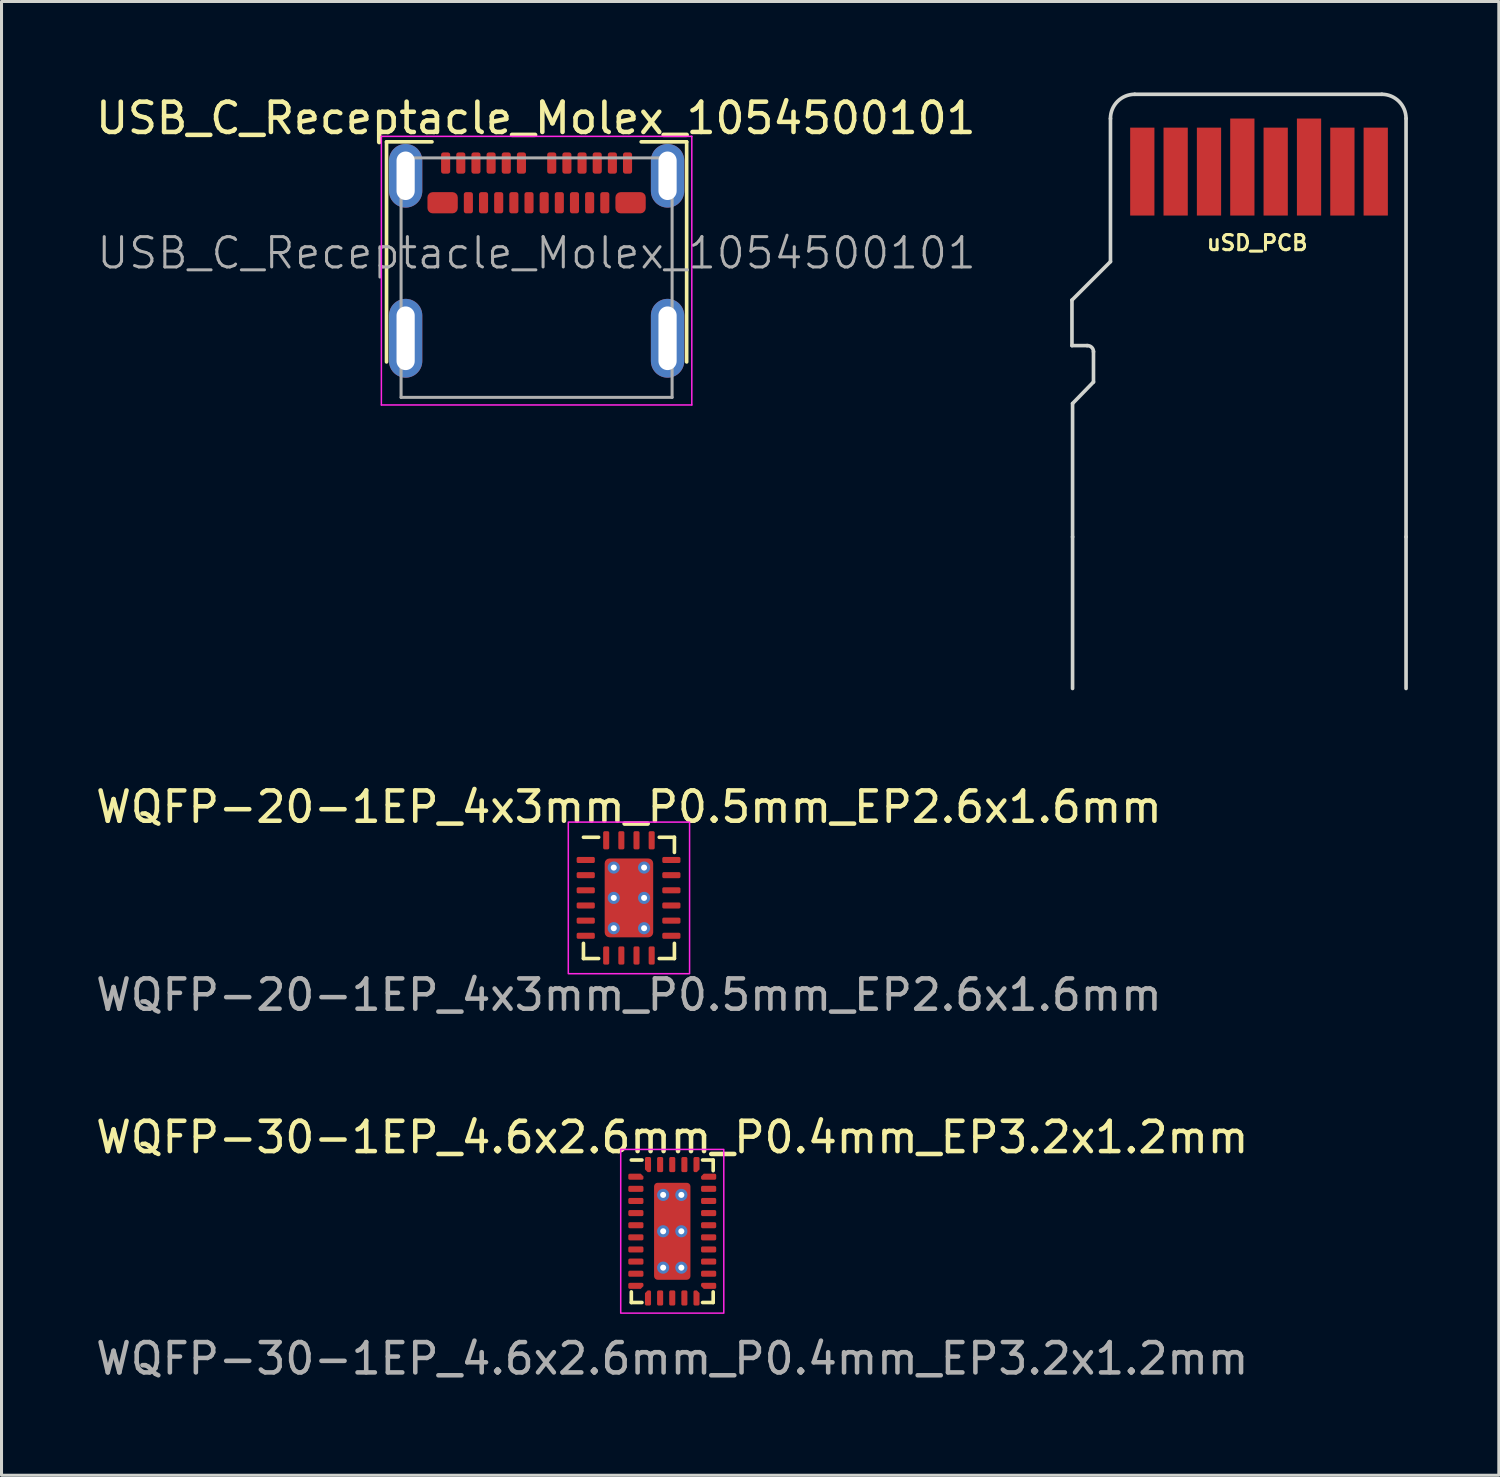
<source format=kicad_pcb>
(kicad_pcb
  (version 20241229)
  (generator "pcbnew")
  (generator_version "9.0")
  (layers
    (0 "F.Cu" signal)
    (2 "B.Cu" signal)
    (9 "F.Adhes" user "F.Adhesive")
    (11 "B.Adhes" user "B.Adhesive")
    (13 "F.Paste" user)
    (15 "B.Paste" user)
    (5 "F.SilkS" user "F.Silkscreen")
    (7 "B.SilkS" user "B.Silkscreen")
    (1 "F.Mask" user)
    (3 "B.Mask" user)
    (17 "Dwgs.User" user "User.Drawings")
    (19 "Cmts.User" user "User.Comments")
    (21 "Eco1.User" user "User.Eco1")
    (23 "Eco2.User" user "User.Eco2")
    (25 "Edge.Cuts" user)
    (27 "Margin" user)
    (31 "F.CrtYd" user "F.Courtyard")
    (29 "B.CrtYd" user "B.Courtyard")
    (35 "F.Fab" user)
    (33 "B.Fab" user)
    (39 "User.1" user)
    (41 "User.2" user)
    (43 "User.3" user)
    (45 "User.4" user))
  (footprint "USB_C_Receptacle_Molex_1054500101"
    (layer "F.Cu")
    (at 14.65 2.748)
    (property "Reference" "USB_C_Receptacle_Molex_1054500101" (at -0.025 -1.9 0) (layer "F.SilkS") (effects (font (size 1 1) (thickness 0.15))))
    (attr smd)
    (fp_line (start -4.95 -1.12) (end -4.95 6.14) (stroke (width 0.12) (type solid)) (layer "F.SilkS"))
    (fp_line (start -4.95 -1.12) (end -3.45 -1.12) (stroke (width 0.12) (type solid)) (layer "F.SilkS"))
    (fp_line (start 3.45 -1.12) (end 4.95 -1.12) (stroke (width 0.12) (type solid)) (layer "F.SilkS"))
    (fp_line (start 4.95 -1.12) (end 4.95 6.14) (stroke (width 0.12) (type solid)) (layer "F.SilkS"))
    (fp_line (start -5.12 -1.3) (end 5.12 -1.3) (stroke (width 0.05) (type solid)) (layer "F.CrtYd"))
    (fp_line (start -5.12 7.56) (end -5.12 -1.3) (stroke (width 0.05) (type solid)) (layer "F.CrtYd"))
    (fp_line (start 5.12 -1.3) (end 5.12 7.56) (stroke (width 0.05) (type solid)) (layer "F.CrtYd"))
    (fp_line (start 5.12 7.56) (end -5.12 7.56) (stroke (width 0.05) (type solid)) (layer "F.CrtYd"))
    (fp_line (start -4.47 -0.59) (end 4.47 -0.59) (stroke (width 0.1) (type solid)) (layer "F.Fab"))
    (fp_line (start -4.47 7.31) (end -4.47 -0.59) (stroke (width 0.1) (type solid)) (layer "F.Fab"))
    (fp_line (start -4.47 7.31) (end 4.47 7.31) (stroke (width 0.1) (type solid)) (layer "F.Fab"))
    (fp_line (start 4.47 7.31) (end 4.47 -0.59) (stroke (width 0.1) (type solid)) (layer "F.Fab"))
    (fp_text user "${REFERENCE}" (at 0 2.55 0) (layer "F.Fab") (effects (font (size 1 1) (thickness 0.1))))
    (pad "A1" smd roundrect (at -3 -0.42) (size 0.3 0.7) (layers "F.Cu" "F.Mask" "F.Paste") (roundrect_rratio 0.25))
    (pad "A2" smd roundrect (at -2.5 -0.42) (size 0.3 0.7) (layers "F.Cu" "F.Mask" "F.Paste") (roundrect_rratio 0.25))
    (pad "A3" smd roundrect (at -2 -0.42) (size 0.3 0.7) (layers "F.Cu" "F.Mask" "F.Paste") (roundrect_rratio 0.25))
    (pad "A4" smd roundrect (at -1.5 -0.42) (size 0.3 0.7) (layers "F.Cu" "F.Mask" "F.Paste") (roundrect_rratio 0.25))
    (pad "A5" smd roundrect (at -1 -0.42) (size 0.3 0.7) (layers "F.Cu" "F.Mask" "F.Paste") (roundrect_rratio 0.25))
    (pad "A6" smd roundrect (at -0.5 -0.42) (size 0.3 0.7) (layers "F.Cu" "F.Mask" "F.Paste") (roundrect_rratio 0.25))
    (pad "A7" smd roundrect (at 0.5 -0.42) (size 0.3 0.7) (layers "F.Cu" "F.Mask" "F.Paste") (roundrect_rratio 0.25))
    (pad "A8" smd roundrect (at 1 -0.42) (size 0.3 0.7) (layers "F.Cu" "F.Mask" "F.Paste") (roundrect_rratio 0.25))
    (pad "A9" smd roundrect (at 1.5 -0.42) (size 0.3 0.7) (layers "F.Cu" "F.Mask" "F.Paste") (roundrect_rratio 0.25))
    (pad "A10" smd roundrect (at 2 -0.42) (size 0.3 0.7) (layers "F.Cu" "F.Mask" "F.Paste") (roundrect_rratio 0.25))
    (pad "A11" smd roundrect (at 2.5 -0.42) (size 0.3 0.7) (layers "F.Cu" "F.Mask" "F.Paste") (roundrect_rratio 0.25))
    (pad "A12" smd roundrect (at 3 -0.42) (size 0.3 0.7) (layers "F.Cu" "F.Mask" "F.Paste") (roundrect_rratio 0.25))
    (pad "B1" smd roundrect (at 3.1 0.89) (size 1 0.7) (layers "F.Cu" "F.Mask" "F.Paste") (roundrect_rratio 0.25))
    (pad "B2" smd roundrect (at 2.25 0.89) (size 0.3 0.7) (layers "F.Cu" "F.Mask" "F.Paste") (roundrect_rratio 0.25))
    (pad "B3" smd roundrect (at 1.75 0.89) (size 0.3 0.7) (layers "F.Cu" "F.Mask" "F.Paste") (roundrect_rratio 0.25))
    (pad "B4" smd roundrect (at 1.25 0.89) (size 0.3 0.7) (layers "F.Cu" "F.Mask" "F.Paste") (roundrect_rratio 0.25))
    (pad "B5" smd roundrect (at 0.75 0.89) (size 0.3 0.7) (layers "F.Cu" "F.Mask" "F.Paste") (roundrect_rratio 0.25))
    (pad "B6" smd roundrect (at 0.25 0.89) (size 0.3 0.7) (layers "F.Cu" "F.Mask" "F.Paste") (roundrect_rratio 0.25))
    (pad "B7" smd roundrect (at -0.25 0.89) (size 0.3 0.7) (layers "F.Cu" "F.Mask" "F.Paste") (roundrect_rratio 0.25))
    (pad "B8" smd roundrect (at -0.75 0.89) (size 0.3 0.7) (layers "F.Cu" "F.Mask" "F.Paste") (roundrect_rratio 0.25))
    (pad "B9" smd roundrect (at -1.25 0.89) (size 0.3 0.7) (layers "F.Cu" "F.Mask" "F.Paste") (roundrect_rratio 0.25))
    (pad "B10" smd roundrect (at -1.75 0.89) (size 0.3 0.7) (layers "F.Cu" "F.Mask" "F.Paste") (roundrect_rratio 0.25))
    (pad "B11" smd roundrect (at -2.25 0.89) (size 0.3 0.7) (layers "F.Cu" "F.Mask" "F.Paste") (roundrect_rratio 0.25))
    (pad "B12" smd roundrect (at -3.1 0.89) (size 1 0.7) (layers "F.Cu" "F.Mask" "F.Paste") (roundrect_rratio 0.25))
    (pad "S1" thru_hole oval (at -4.32 0) (size 1.1 2.1) (drill oval 0.6 1.6) (layers "*.Cu" "*.Mask"))
    (pad "S1" thru_hole oval (at -4.32 5.36) (size 1.1 2.6) (drill oval 0.6 2.1) (layers "*.Cu" "*.Mask"))
    (pad "S1" thru_hole oval (at 4.32 0) (size 1.1 2.1) (drill oval 0.6 1.6) (layers "*.Cu" "*.Mask"))
    (pad "S1" thru_hole oval (at 4.32 5.36) (size 1.1 2.6) (drill oval 0.6 2.1) (layers "*.Cu" "*.Mask")))
  (footprint "uSD_PCB"
    (layer "F.Cu")
    (at 38.43 4.56)
    (property "Reference" "uSD_PCB" (at -0.01 0.4 0) (layer "F.SilkS") (effects (font (size 0.5 0.5) (thickness 0.1))))
    (attr smd)
    (fp_line (start -6.12 2.29) (end -6.12 3.79) (stroke (width 0.12) (type solid)) (layer "Edge.Cuts"))
    (fp_line (start -6.12 3.79) (end -5.62 3.79) (stroke (width 0.12) (type solid)) (layer "Edge.Cuts"))
    (fp_line (start -6.1 5.7) (end -6.1 10.1) (stroke (width 0.12) (type solid)) (layer "Edge.Cuts"))
    (fp_line (start -6.1 10.1) (end -6.1 15.1) (stroke (width 0.12) (type solid)) (layer "Edge.Cuts"))
    (fp_line (start -5.41 3.99) (end -5.41 4.99) (stroke (width 0.12) (type solid)) (layer "Edge.Cuts"))
    (fp_line (start -5.41 4.99) (end -6.1 5.7) (stroke (width 0.12) (type solid)) (layer "Edge.Cuts"))
    (fp_line (start -4.85 1.02) (end -6.12 2.29) (stroke (width 0.12) (type solid)) (layer "Edge.Cuts"))
    (fp_line (start -4.85 1.02) (end -4.85 -3.7) (stroke (width 0.12) (type solid)) (layer "Edge.Cuts"))
    (fp_line (start 4.1 -4.5) (end -4.05 -4.5) (stroke (width 0.12) (type solid)) (layer "Edge.Cuts"))
    (fp_line (start 4.9 10.1) (end 4.9 -3.7) (stroke (width 0.12) (type solid)) (layer "Edge.Cuts"))
    (fp_line (start 4.9 10.1) (end 4.9 15.1) (stroke (width 0.12) (type solid)) (layer "Edge.Cuts"))
    (fp_arc (start -5.620119 3.790256) (mid -5.472203 3.845045) (end -5.41 3.99) (stroke (width 0.12) (type solid)) (layer "Edge.Cuts"))
    (fp_arc (start -4.850001 -3.700001) (mid -4.615686 -4.265686) (end -4.05 -4.5) (stroke (width 0.12) (type solid)) (layer "Edge.Cuts"))
    (fp_arc (start 4.100001 -4.500001) (mid 4.665686 -4.265686) (end 4.9 -3.7) (stroke (width 0.12) (type solid)) (layer "Edge.Cuts"))
    (pad "1" smd rect (at -3.8 -1.95) (size 0.8 2.9) (layers "F.Cu" "F.Mask"))
    (pad "2" smd rect (at -2.7 -1.95) (size 0.8 2.9) (layers "F.Cu" "F.Mask"))
    (pad "3" smd rect (at -1.6 -1.95) (size 0.8 2.9) (layers "F.Cu" "F.Mask"))
    (pad "4" smd rect (at -0.5 -2.1) (size 0.8 3.2) (layers "F.Cu" "F.Mask"))
    (pad "5" smd rect (at 0.6 -1.95) (size 0.8 2.9) (layers "F.Cu" "F.Mask"))
    (pad "6" smd rect (at 1.7 -2.1) (size 0.8 3.2) (layers "F.Cu" "F.Mask"))
    (pad "7" smd rect (at 2.8 -1.95) (size 0.8 2.9) (layers "F.Cu" "F.Mask"))
    (pad "8" smd rect (at 3.9 -1.95) (size 0.8 2.9) (layers "F.Cu" "F.Mask"))
    (zone (net_name "") (layers "F.Cu" "B.Cu") (hatch edge 0.508) (connect_pads) (min_thickness 0.254) (filled_areas_thickness no) (keepout (tracks allowed) (vias allowed) (pads allowed) (copperpour not_allowed) (footprints allowed)) (placement (enabled no)) (fill) (polygon (pts (xy 43.33 4.06) (xy 33.53 4.06) (xy 33.53 0.06) (xy 43.33 0.06)))))
  (footprint "WQFP-20-1EP_4x3mm_P0.5mm_EP2.6x1.6mm"
    (layer "F.Cu")
    (at 17.696 26.568)
    (property "Reference" "WQFP-20-1EP_4x3mm_P0.5mm_EP2.6x1.6mm" (at 0 -3 0) (unlocked yes) (layer "F.SilkS") (effects (font (size 1 1) (thickness 0.15))))
    (attr smd)
    (fp_line (start -1.5 2) (end -1.5 1.5) (stroke (width 0.12) (type solid)) (layer "F.SilkS"))
    (fp_line (start -1 -2) (end -1.5 -2) (stroke (width 0.12) (type solid)) (layer "F.SilkS"))
    (fp_line (start -1 2) (end -1.5 2) (stroke (width 0.12) (type solid)) (layer "F.SilkS"))
    (fp_line (start 1 -2) (end 1.5 -2) (stroke (width 0.12) (type solid)) (layer "F.SilkS"))
    (fp_line (start 1.5 -2) (end 1.5 -1.5) (stroke (width 0.12) (type solid)) (layer "F.SilkS"))
    (fp_line (start 1.5 1.5) (end 1.5 2) (stroke (width 0.12) (type solid)) (layer "F.SilkS"))
    (fp_line (start 1.5 2) (end 1 2) (stroke (width 0.12) (type solid)) (layer "F.SilkS"))
    (fp_rect (start -2 -2.5) (end 2 2.5) (stroke (width 0.05) (type solid)) (fill no) (layer "F.CrtYd"))
    (fp_text user "${REFERENCE}" (at 0 3.2 0) (unlocked yes) (layer "F.Fab") (effects (font (size 1 1) (thickness 0.15))))
    (pad "1" smd roundrect (at -1.425 -1.25 270) (size 0.2 0.6) (layers "F.Cu" "F.Mask" "F.Paste") (roundrect_rratio 0.25))
    (pad "2" smd roundrect (at -1.425 -0.75 270) (size 0.2 0.6) (layers "F.Cu" "F.Mask" "F.Paste") (roundrect_rratio 0.25))
    (pad "3" smd roundrect (at -1.425 -0.25 270) (size 0.2 0.6) (layers "F.Cu" "F.Mask" "F.Paste") (roundrect_rratio 0.25))
    (pad "4" smd roundrect (at -1.425 0.25 270) (size 0.2 0.6) (layers "F.Cu" "F.Mask" "F.Paste") (roundrect_rratio 0.25))
    (pad "5" smd roundrect (at -1.425 0.75 270) (size 0.2 0.6) (layers "F.Cu" "F.Mask" "F.Paste") (roundrect_rratio 0.25))
    (pad "6" smd roundrect (at -1.425 1.25 270) (size 0.2 0.6) (layers "F.Cu" "F.Mask" "F.Paste") (roundrect_rratio 0.25))
    (pad "7" smd roundrect (at -0.75 1.9) (size 0.2 0.6) (layers "F.Cu" "F.Mask" "F.Paste") (roundrect_rratio 0.25))
    (pad "8" smd roundrect (at -0.25 1.9) (size 0.2 0.6) (layers "F.Cu" "F.Mask" "F.Paste") (roundrect_rratio 0.25))
    (pad "9" smd roundrect (at 0.25 1.9) (size 0.2 0.6) (layers "F.Cu" "F.Mask" "F.Paste") (roundrect_rratio 0.25))
    (pad "10" smd roundrect (at 0.75 1.9) (size 0.2 0.6) (layers "F.Cu" "F.Mask" "F.Paste") (roundrect_rratio 0.25))
    (pad "11" smd roundrect (at 1.4 1.25 90) (size 0.2 0.6) (layers "F.Cu" "F.Mask" "F.Paste") (roundrect_rratio 0.25))
    (pad "12" smd roundrect (at 1.4 0.75 90) (size 0.2 0.6) (layers "F.Cu" "F.Mask" "F.Paste") (roundrect_rratio 0.25))
    (pad "13" smd roundrect (at 1.4 0.25 90) (size 0.2 0.6) (layers "F.Cu" "F.Mask" "F.Paste") (roundrect_rratio 0.25))
    (pad "14" smd roundrect (at 1.4 -0.25 90) (size 0.2 0.6) (layers "F.Cu" "F.Mask" "F.Paste") (roundrect_rratio 0.25))
    (pad "15" smd roundrect (at 1.4 -0.75 90) (size 0.2 0.6) (layers "F.Cu" "F.Mask" "F.Paste") (roundrect_rratio 0.25))
    (pad "16" smd roundrect (at 1.4 -1.25 90) (size 0.2 0.6) (layers "F.Cu" "F.Mask" "F.Paste") (roundrect_rratio 0.25))
    (pad "17" smd roundrect (at 0.75 -1.9 180) (size 0.2 0.6) (layers "F.Cu" "F.Mask" "F.Paste") (roundrect_rratio 0.25))
    (pad "18" smd roundrect (at 0.25 -1.9 180) (size 0.2 0.6) (layers "F.Cu" "F.Mask" "F.Paste") (roundrect_rratio 0.25))
    (pad "19" smd roundrect (at -0.25 -1.9 180) (size 0.2 0.6) (layers "F.Cu" "F.Mask" "F.Paste") (roundrect_rratio 0.25))
    (pad "20" smd roundrect (at -0.75 -1.9 180) (size 0.2 0.6) (layers "F.Cu" "F.Mask" "F.Paste") (roundrect_rratio 0.25))
    (pad "21" thru_hole circle (at -0.5 -1) (size 0.4 0.4) (drill 0.2) (layers "*.Cu" "F.Mask"))
    (pad "21" thru_hole circle (at -0.5 0) (size 0.4 0.4) (drill 0.2) (layers "*.Cu" "F.Mask"))
    (pad "21" thru_hole circle (at -0.5 1) (size 0.4 0.4) (drill 0.2) (layers "*.Cu" "F.Mask"))
    (pad "21" smd roundrect (at 0 0 180) (size 1.6 2.6) (layers "F.Cu" "F.Mask" "F.Paste") (roundrect_rratio 0.1))
    (pad "21" thru_hole circle (at 0.5 -1) (size 0.4 0.4) (drill 0.2) (layers "*.Cu" "F.Mask"))
    (pad "21" thru_hole circle (at 0.5 0) (size 0.4 0.4) (drill 0.2) (layers "*.Cu" "F.Mask"))
    (pad "21" thru_hole circle (at 0.5 1) (size 0.4 0.4) (drill 0.2) (layers "*.Cu" "F.Mask")))
  (footprint "WQFP-30-1EP_4.6x2.6mm_P0.4mm_EP3.2x1.2mm"
    (layer "F.Cu")
    (at 19.125 37.565)
    (property "Reference" "WQFP-30-1EP_4.6x2.6mm_P0.4mm_EP3.2x1.2mm" (at 0 -3.1 0) (unlocked yes) (layer "F.SilkS") (effects (font (size 1 1) (thickness 0.15))))
    (attr smd)
    (fp_line (start -1.35 2.35) (end -1.35 2) (stroke (width 0.12) (type solid)) (layer "F.SilkS"))
    (fp_line (start -1 -2.35) (end -1.35 -2.35) (stroke (width 0.12) (type solid)) (layer "F.SilkS"))
    (fp_line (start -1 2.35) (end -1.35 2.35) (stroke (width 0.12) (type solid)) (layer "F.SilkS"))
    (fp_line (start 1 -2.35) (end 1.35 -2.35) (stroke (width 0.12) (type solid)) (layer "F.SilkS"))
    (fp_line (start 1.35 -2.35) (end 1.35 -2) (stroke (width 0.12) (type solid)) (layer "F.SilkS"))
    (fp_line (start 1.35 2) (end 1.35 2.35) (stroke (width 0.12) (type solid)) (layer "F.SilkS"))
    (fp_line (start 1.35 2.35) (end 1 2.35) (stroke (width 0.12) (type solid)) (layer "F.SilkS"))
    (fp_rect (start -1.7 -2.7) (end 1.7 2.7) (stroke (width 0.05) (type solid)) (fill no) (layer "F.CrtYd"))
    (fp_text user "${REFERENCE}" (at 0 4.2 0) (unlocked yes) (layer "F.Fab") (effects (font (size 1 1) (thickness 0.15))))
    (pad "1" smd roundrect (at -1.2 -1.8 270) (size 0.2 0.5) (layers "F.Cu" "F.Mask" "F.Paste") (roundrect_rratio 0.25) (chamfer_ratio 0.45) (chamfer top_left))
    (pad "2" smd roundrect (at -1.2 -1.4 270) (size 0.2 0.5) (layers "F.Cu" "F.Mask" "F.Paste") (roundrect_rratio 0.25))
    (pad "3" smd roundrect (at -1.2 -1 270) (size 0.2 0.5) (layers "F.Cu" "F.Mask" "F.Paste") (roundrect_rratio 0.25))
    (pad "4" smd roundrect (at -1.2 -0.6 270) (size 0.2 0.5) (layers "F.Cu" "F.Mask" "F.Paste") (roundrect_rratio 0.25))
    (pad "5" smd roundrect (at -1.2 -0.2 270) (size 0.2 0.5) (layers "F.Cu" "F.Mask" "F.Paste") (roundrect_rratio 0.25))
    (pad "6" smd roundrect (at -1.2 0.2 270) (size 0.2 0.5) (layers "F.Cu" "F.Mask" "F.Paste") (roundrect_rratio 0.25))
    (pad "7" smd roundrect (at -1.2 0.6 270) (size 0.2 0.5) (layers "F.Cu" "F.Mask" "F.Paste") (roundrect_rratio 0.25))
    (pad "8" smd roundrect (at -1.2 1 270) (size 0.2 0.5) (layers "F.Cu" "F.Mask" "F.Paste") (roundrect_rratio 0.25))
    (pad "9" smd roundrect (at -1.2 1.4 270) (size 0.2 0.5) (layers "F.Cu" "F.Mask" "F.Paste") (roundrect_rratio 0.25))
    (pad "10" smd roundrect (at -1.2 1.8 270) (size 0.2 0.5) (layers "F.Cu" "F.Mask" "F.Paste") (roundrect_rratio 0.25) (chamfer_ratio 0.45) (chamfer top_right))
    (pad "11" smd roundrect (at -0.8 2.2) (size 0.2 0.5) (layers "F.Cu" "F.Mask" "F.Paste") (roundrect_rratio 0.25) (chamfer_ratio 0.45) (chamfer top_left))
    (pad "12" smd roundrect (at -0.4 2.2) (size 0.2 0.5) (layers "F.Cu" "F.Mask" "F.Paste") (roundrect_rratio 0.25))
    (pad "13" smd roundrect (at 0 2.2) (size 0.2 0.5) (layers "F.Cu" "F.Mask" "F.Paste") (roundrect_rratio 0.25))
    (pad "14" smd roundrect (at 0.4 2.2) (size 0.2 0.5) (layers "F.Cu" "F.Mask" "F.Paste") (roundrect_rratio 0.25))
    (pad "15" smd roundrect (at 0.8 2.2) (size 0.2 0.5) (layers "F.Cu" "F.Mask" "F.Paste") (roundrect_rratio 0.25) (chamfer_ratio 0.45) (chamfer top_right))
    (pad "16" smd roundrect (at 1.2 1.8 90) (size 0.2 0.5) (layers "F.Cu" "F.Mask" "F.Paste") (roundrect_rratio 0.25) (chamfer_ratio 0.45) (chamfer top_left))
    (pad "17" smd roundrect (at 1.2 1.4 90) (size 0.2 0.5) (layers "F.Cu" "F.Mask" "F.Paste") (roundrect_rratio 0.25))
    (pad "18" smd roundrect (at 1.2 1 90) (size 0.2 0.5) (layers "F.Cu" "F.Mask" "F.Paste") (roundrect_rratio 0.25))
    (pad "19" smd roundrect (at 1.2 0.6 90) (size 0.2 0.5) (layers "F.Cu" "F.Mask" "F.Paste") (roundrect_rratio 0.25))
    (pad "20" smd roundrect (at 1.2 0.2 90) (size 0.2 0.5) (layers "F.Cu" "F.Mask" "F.Paste") (roundrect_rratio 0.25))
    (pad "21" smd roundrect (at 1.2 -0.2 90) (size 0.2 0.5) (layers "F.Cu" "F.Mask" "F.Paste") (roundrect_rratio 0.25))
    (pad "22" smd roundrect (at 1.2 -0.6 90) (size 0.2 0.5) (layers "F.Cu" "F.Mask" "F.Paste") (roundrect_rratio 0.25))
    (pad "23" smd roundrect (at 1.2 -1 90) (size 0.2 0.5) (layers "F.Cu" "F.Mask" "F.Paste") (roundrect_rratio 0.25))
    (pad "24" smd roundrect (at 1.2 -1.4 90) (size 0.2 0.5) (layers "F.Cu" "F.Mask" "F.Paste") (roundrect_rratio 0.25))
    (pad "25" smd roundrect (at 1.2 -1.8 90) (size 0.2 0.5) (layers "F.Cu" "F.Mask" "F.Paste") (roundrect_rratio 0.25) (chamfer_ratio 0.45) (chamfer top_right))
    (pad "26" smd roundrect (at 0.8 -2.2 180) (size 0.2 0.5) (layers "F.Cu" "F.Mask" "F.Paste") (roundrect_rratio 0.25) (chamfer_ratio 0.45) (chamfer top_left))
    (pad "27" smd roundrect (at 0.4 -2.2 180) (size 0.2 0.5) (layers "F.Cu" "F.Mask" "F.Paste") (roundrect_rratio 0.25))
    (pad "28" smd roundrect (at 0 -2.2 180) (size 0.2 0.5) (layers "F.Cu" "F.Mask" "F.Paste") (roundrect_rratio 0.25))
    (pad "29" smd roundrect (at -0.4 -2.2 180) (size 0.2 0.5) (layers "F.Cu" "F.Mask" "F.Paste") (roundrect_rratio 0.25))
    (pad "30" smd roundrect (at -0.8 -2.2 180) (size 0.2 0.5) (layers "F.Cu" "F.Mask" "F.Paste") (roundrect_rratio 0.25) (chamfer_ratio 0.45) (chamfer top_right))
    (pad "31" thru_hole circle (at -0.3 -1.2) (size 0.4 0.4) (drill 0.2) (layers "*.Cu" "*.Mask"))
    (pad "31" thru_hole circle (at -0.3 0) (size 0.4 0.4) (drill 0.2) (layers "*.Cu" "*.Mask"))
    (pad "31" thru_hole circle (at -0.3 1.2) (size 0.4 0.4) (drill 0.2) (layers "*.Cu" "*.Mask"))
    (pad "31" smd roundrect (at 0 0 180) (size 1.2 3.2) (layers "F.Cu" "F.Mask" "F.Paste") (roundrect_rratio 0.1))
    (pad "31" thru_hole circle (at 0.3 -1.2) (size 0.4 0.4) (drill 0.2) (layers "*.Cu" "*.Mask"))
    (pad "31" thru_hole circle (at 0.3 0) (size 0.4 0.4) (drill 0.2) (layers "*.Cu" "*.Mask"))
    (pad "31" thru_hole circle (at 0.3 1.2) (size 0.4 0.4) (drill 0.2) (layers "*.Cu" "*.Mask")))
  (gr_rect
    (start -3 -3)
    (end 46.39 45.613)
    (stroke (width 0.1) (type default))
    (fill no)
    (layer "Edge.Cuts")))
</source>
